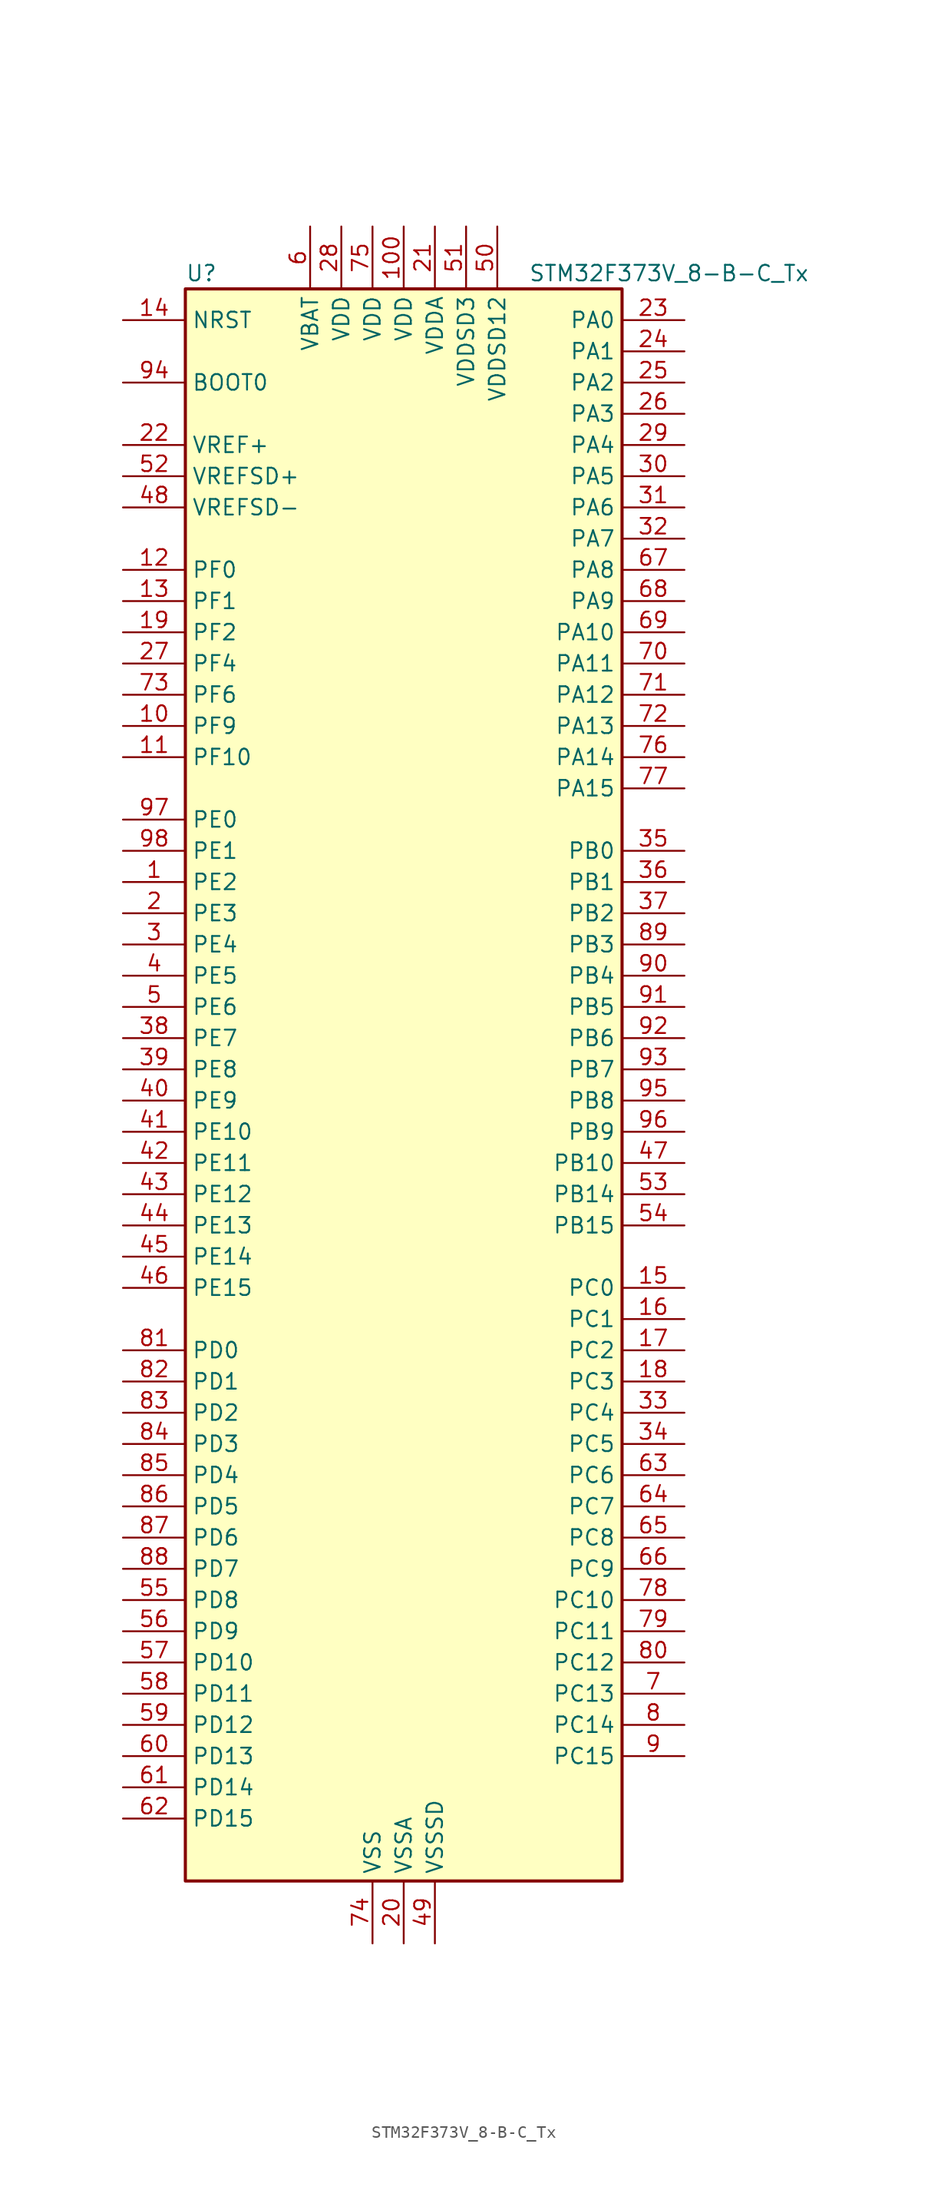
<source format=kicad_sym>
(kicad_symbol_lib
  (version 20220914)
  (generator kicad_symbol_editor)
  (symbol "STM32F373V_8-B-C_Tx"
    (property "Reference" "U"
      (at -17.78 67.31 0)
      (effects (font (size 1.27 1.27)) (justify left)))
    (property "Value" "STM32F373V_8-B-C_Tx"
      (at 10.16 67.31 0)
      (effects (font (size 1.27 1.27)) (justify left)))
    (property "ki_locked" ""
      (at 0 0 0)
      (effects (font (size 1.27 1.27))))
    (symbol "STM32F373V_8-B-C_Tx_0_1"
      (rectangle (start -17.78 -63.5) (end 17.78 66.04) (stroke (width 0.254) (type default)) (fill (type background))))
    (symbol "STM32F373V_8-B-C_Tx_1_1"
      (pin bidirectional line (at -22.86 17.78 0) (length 5.08) (name "PE2" (effects (font (size 1.27 1.27)))) (number "1" (effects (font (size 1.27 1.27)))) (alternate "SYS_TRACECK" bidirectional line) (alternate "TSC_G7_IO1" bidirectional line))
      (pin bidirectional line (at -22.86 30.48 0) (length 5.08) (name "PF9" (effects (font (size 1.27 1.27)))) (number "10" (effects (font (size 1.27 1.27)))) (alternate "DAC1_EXTI9" bidirectional line) (alternate "DAC2_EXTI9" bidirectional line) (alternate "TIM14_CH1" bidirectional line))
      (pin power_in line (at 0 71.12 270) (length 5.08) (name "VDD" (effects (font (size 1.27 1.27)))) (number "100" (effects (font (size 1.27 1.27)))))
      (pin bidirectional line (at -22.86 27.94 0) (length 5.08) (name "PF10" (effects (font (size 1.27 1.27)))) (number "11" (effects (font (size 1.27 1.27)))))
      (pin bidirectional line (at -22.86 43.18 0) (length 5.08) (name "PF0" (effects (font (size 1.27 1.27)))) (number "12" (effects (font (size 1.27 1.27)))) (alternate "I2C2_SDA" bidirectional line) (alternate "RCC_OSC_IN" bidirectional line))
      (pin bidirectional line (at -22.86 40.64 0) (length 5.08) (name "PF1" (effects (font (size 1.27 1.27)))) (number "13" (effects (font (size 1.27 1.27)))) (alternate "I2C2_SCL" bidirectional line) (alternate "RCC_OSC_OUT" bidirectional line))
      (pin input line (at -22.86 63.5 0) (length 5.08) (name "NRST" (effects (font (size 1.27 1.27)))) (number "14" (effects (font (size 1.27 1.27)))))
      (pin bidirectional line (at 22.86 -15.24 180) (length 5.08) (name "PC0" (effects (font (size 1.27 1.27)))) (number "15" (effects (font (size 1.27 1.27)))) (alternate "ADC1_IN10" bidirectional line) (alternate "TIM5_CH1" bidirectional line) (alternate "TIM5_ETR" bidirectional line))
      (pin bidirectional line (at 22.86 -17.78 180) (length 5.08) (name "PC1" (effects (font (size 1.27 1.27)))) (number "16" (effects (font (size 1.27 1.27)))) (alternate "ADC1_IN11" bidirectional line) (alternate "TIM5_CH2" bidirectional line))
      (pin bidirectional line (at 22.86 -20.32 180) (length 5.08) (name "PC2" (effects (font (size 1.27 1.27)))) (number "17" (effects (font (size 1.27 1.27)))) (alternate "ADC1_IN12" bidirectional line) (alternate "I2S2_MCK" bidirectional line) (alternate "SPI2_MISO" bidirectional line) (alternate "TIM5_CH3" bidirectional line))
      (pin bidirectional line (at 22.86 -22.86 180) (length 5.08) (name "PC3" (effects (font (size 1.27 1.27)))) (number "18" (effects (font (size 1.27 1.27)))) (alternate "ADC1_IN13" bidirectional line) (alternate "I2S2_SD" bidirectional line) (alternate "SPI2_MOSI" bidirectional line) (alternate "TIM5_CH4" bidirectional line))
      (pin bidirectional line (at -22.86 38.1 0) (length 5.08) (name "PF2" (effects (font (size 1.27 1.27)))) (number "19" (effects (font (size 1.27 1.27)))) (alternate "I2C2_SMBA" bidirectional line))
      (pin bidirectional line (at -22.86 15.24 0) (length 5.08) (name "PE3" (effects (font (size 1.27 1.27)))) (number "2" (effects (font (size 1.27 1.27)))) (alternate "SYS_TRACED0" bidirectional line) (alternate "TSC_G7_IO2" bidirectional line))
      (pin power_in line (at 0 -68.58 90) (length 5.08) (name "VSSA" (effects (font (size 1.27 1.27)))) (number "20" (effects (font (size 1.27 1.27)))))
      (pin power_in line (at 2.54 71.12 270) (length 5.08) (name "VDDA" (effects (font (size 1.27 1.27)))) (number "21" (effects (font (size 1.27 1.27)))))
      (pin input line (at -22.86 53.34 0) (length 5.08) (name "VREF+" (effects (font (size 1.27 1.27)))) (number "22" (effects (font (size 1.27 1.27)))))
      (pin bidirectional line (at 22.86 63.5 180) (length 5.08) (name "PA0" (effects (font (size 1.27 1.27)))) (number "23" (effects (font (size 1.27 1.27)))) (alternate "ADC1_IN0" bidirectional line) (alternate "COMP1_INM" bidirectional line) (alternate "COMP1_OUT" bidirectional line) (alternate "RTC_TAMP2" bidirectional line) (alternate "SYS_WKUP1" bidirectional line) (alternate "TIM19_CH1" bidirectional line) (alternate "TIM2_CH1" bidirectional line) (alternate "TIM2_ETR" bidirectional line) (alternate "TIM5_CH1" bidirectional line) (alternate "TIM5_ETR" bidirectional line) (alternate "TSC_G1_IO1" bidirectional line) (alternate "USART2_CTS" bidirectional line))
      (pin bidirectional line (at 22.86 60.96 180) (length 5.08) (name "PA1" (effects (font (size 1.27 1.27)))) (number "24" (effects (font (size 1.27 1.27)))) (alternate "ADC1_IN1" bidirectional line) (alternate "COMP1_INP" bidirectional line) (alternate "I2S3_CK" bidirectional line) (alternate "RTC_REFIN" bidirectional line) (alternate "SPI3_SCK" bidirectional line) (alternate "TIM15_CH1N" bidirectional line) (alternate "TIM19_CH2" bidirectional line) (alternate "TIM2_CH2" bidirectional line) (alternate "TIM5_CH2" bidirectional line) (alternate "TSC_G1_IO2" bidirectional line) (alternate "USART2_DE" bidirectional line) (alternate "USART2_RTS" bidirectional line))
      (pin bidirectional line (at 22.86 58.42 180) (length 5.08) (name "PA2" (effects (font (size 1.27 1.27)))) (number "25" (effects (font (size 1.27 1.27)))) (alternate "ADC1_IN2" bidirectional line) (alternate "COMP2_INM" bidirectional line) (alternate "COMP2_OUT" bidirectional line) (alternate "I2S3_MCK" bidirectional line) (alternate "SPI3_MISO" bidirectional line) (alternate "TIM15_CH1" bidirectional line) (alternate "TIM19_CH3" bidirectional line) (alternate "TIM2_CH3" bidirectional line) (alternate "TIM5_CH3" bidirectional line) (alternate "TSC_G1_IO3" bidirectional line) (alternate "USART2_TX" bidirectional line))
      (pin bidirectional line (at 22.86 55.88 180) (length 5.08) (name "PA3" (effects (font (size 1.27 1.27)))) (number "26" (effects (font (size 1.27 1.27)))) (alternate "ADC1_IN3" bidirectional line) (alternate "COMP2_INP" bidirectional line) (alternate "I2S3_SD" bidirectional line) (alternate "SPI3_MOSI" bidirectional line) (alternate "TIM15_CH2" bidirectional line) (alternate "TIM19_CH4" bidirectional line) (alternate "TIM2_CH4" bidirectional line) (alternate "TIM5_CH4" bidirectional line) (alternate "TSC_G1_IO4" bidirectional line) (alternate "USART2_RX" bidirectional line))
      (pin bidirectional line (at -22.86 35.56 0) (length 5.08) (name "PF4" (effects (font (size 1.27 1.27)))) (number "27" (effects (font (size 1.27 1.27)))))
      (pin power_in line (at -5.08 71.12 270) (length 5.08) (name "VDD" (effects (font (size 1.27 1.27)))) (number "28" (effects (font (size 1.27 1.27)))))
      (pin bidirectional line (at 22.86 53.34 180) (length 5.08) (name "PA4" (effects (font (size 1.27 1.27)))) (number "29" (effects (font (size 1.27 1.27)))) (alternate "ADC1_IN4" bidirectional line) (alternate "DAC1_OUT1" bidirectional line) (alternate "I2S1_WS" bidirectional line) (alternate "I2S3_WS" bidirectional line) (alternate "SPI1_NSS" bidirectional line) (alternate "SPI3_NSS" bidirectional line) (alternate "TIM12_CH1" bidirectional line) (alternate "TIM3_CH2" bidirectional line) (alternate "TSC_G2_IO1" bidirectional line) (alternate "USART2_CK" bidirectional line))
      (pin bidirectional line (at -22.86 12.7 0) (length 5.08) (name "PE4" (effects (font (size 1.27 1.27)))) (number "3" (effects (font (size 1.27 1.27)))) (alternate "SYS_TRACED1" bidirectional line) (alternate "TSC_G7_IO3" bidirectional line))
      (pin bidirectional line (at 22.86 50.8 180) (length 5.08) (name "PA5" (effects (font (size 1.27 1.27)))) (number "30" (effects (font (size 1.27 1.27)))) (alternate "ADC1_IN5" bidirectional line) (alternate "CEC" bidirectional line) (alternate "DAC1_OUT2" bidirectional line) (alternate "I2S1_CK" bidirectional line) (alternate "SPI1_SCK" bidirectional line) (alternate "TIM12_CH2" bidirectional line) (alternate "TIM14_CH1" bidirectional line) (alternate "TIM2_CH1" bidirectional line) (alternate "TIM2_ETR" bidirectional line) (alternate "TSC_G2_IO2" bidirectional line))
      (pin bidirectional line (at 22.86 48.26 180) (length 5.08) (name "PA6" (effects (font (size 1.27 1.27)))) (number "31" (effects (font (size 1.27 1.27)))) (alternate "ADC1_IN6" bidirectional line) (alternate "COMP1_OUT" bidirectional line) (alternate "DAC2_OUT1" bidirectional line) (alternate "I2S1_MCK" bidirectional line) (alternate "SPI1_MISO" bidirectional line) (alternate "TIM13_CH1" bidirectional line) (alternate "TIM16_CH1" bidirectional line) (alternate "TIM3_CH1" bidirectional line) (alternate "TSC_G2_IO3" bidirectional line))
      (pin bidirectional line (at 22.86 45.72 180) (length 5.08) (name "PA7" (effects (font (size 1.27 1.27)))) (number "32" (effects (font (size 1.27 1.27)))) (alternate "ADC1_IN7" bidirectional line) (alternate "COMP2_OUT" bidirectional line) (alternate "I2S1_SD" bidirectional line) (alternate "SPI1_MOSI" bidirectional line) (alternate "TIM14_CH1" bidirectional line) (alternate "TIM17_CH1" bidirectional line) (alternate "TIM3_CH2" bidirectional line) (alternate "TSC_G2_IO4" bidirectional line))
      (pin bidirectional line (at 22.86 -25.4 180) (length 5.08) (name "PC4" (effects (font (size 1.27 1.27)))) (number "33" (effects (font (size 1.27 1.27)))) (alternate "ADC1_IN14" bidirectional line) (alternate "TIM13_CH1" bidirectional line) (alternate "TSC_G3_IO1" bidirectional line) (alternate "USART1_TX" bidirectional line))
      (pin bidirectional line (at 22.86 -27.94 180) (length 5.08) (name "PC5" (effects (font (size 1.27 1.27)))) (number "34" (effects (font (size 1.27 1.27)))) (alternate "ADC1_IN15" bidirectional line) (alternate "TSC_G3_IO2" bidirectional line) (alternate "USART1_RX" bidirectional line))
      (pin bidirectional line (at 22.86 20.32 180) (length 5.08) (name "PB0" (effects (font (size 1.27 1.27)))) (number "35" (effects (font (size 1.27 1.27)))) (alternate "ADC1_IN8" bidirectional line) (alternate "I2S1_SD" bidirectional line) (alternate "SDADC1_AIN6P" bidirectional line) (alternate "SPI1_MOSI" bidirectional line) (alternate "TIM3_CH2" bidirectional line) (alternate "TIM3_CH3" bidirectional line) (alternate "TSC_G3_IO3" bidirectional line))
      (pin bidirectional line (at 22.86 17.78 180) (length 5.08) (name "PB1" (effects (font (size 1.27 1.27)))) (number "36" (effects (font (size 1.27 1.27)))) (alternate "ADC1_IN9" bidirectional line) (alternate "SDADC1_AIN5P" bidirectional line) (alternate "SDADC1_AIN6M" bidirectional line) (alternate "TIM3_CH4" bidirectional line) (alternate "TSC_G3_IO4" bidirectional line))
      (pin bidirectional line (at 22.86 15.24 180) (length 5.08) (name "PB2" (effects (font (size 1.27 1.27)))) (number "37" (effects (font (size 1.27 1.27)))) (alternate "SDADC1_AIN4P" bidirectional line) (alternate "SDADC2_AIN6P" bidirectional line))
      (pin bidirectional line (at -22.86 5.08 0) (length 5.08) (name "PE7" (effects (font (size 1.27 1.27)))) (number "38" (effects (font (size 1.27 1.27)))) (alternate "SDADC1_AIN3P" bidirectional line) (alternate "SDADC1_AIN4M" bidirectional line) (alternate "SDADC2_AIN5P" bidirectional line) (alternate "SDADC2_AIN6M" bidirectional line))
      (pin bidirectional line (at -22.86 2.54 0) (length 5.08) (name "PE8" (effects (font (size 1.27 1.27)))) (number "39" (effects (font (size 1.27 1.27)))) (alternate "SDADC1_AIN8P" bidirectional line) (alternate "SDADC2_AIN8P" bidirectional line))
      (pin bidirectional line (at -22.86 10.16 0) (length 5.08) (name "PE5" (effects (font (size 1.27 1.27)))) (number "4" (effects (font (size 1.27 1.27)))) (alternate "SYS_TRACED2" bidirectional line) (alternate "TSC_G7_IO4" bidirectional line))
      (pin bidirectional line (at -22.86 0 0) (length 5.08) (name "PE9" (effects (font (size 1.27 1.27)))) (number "40" (effects (font (size 1.27 1.27)))) (alternate "DAC1_EXTI9" bidirectional line) (alternate "DAC2_EXTI9" bidirectional line) (alternate "SDADC1_AIN7P" bidirectional line) (alternate "SDADC1_AIN8M" bidirectional line) (alternate "SDADC2_AIN7P" bidirectional line) (alternate "SDADC2_AIN8M" bidirectional line))
      (pin bidirectional line (at -22.86 -2.54 0) (length 5.08) (name "PE10" (effects (font (size 1.27 1.27)))) (number "41" (effects (font (size 1.27 1.27)))) (alternate "SDADC1_AIN2P" bidirectional line))
      (pin bidirectional line (at -22.86 -5.08 0) (length 5.08) (name "PE11" (effects (font (size 1.27 1.27)))) (number "42" (effects (font (size 1.27 1.27)))) (alternate "ADC1_EXTI11" bidirectional line) (alternate "SDADC1_AIN1P" bidirectional line) (alternate "SDADC1_AIN2M" bidirectional line) (alternate "SDADC1_EXTI11" bidirectional line) (alternate "SDADC2_AIN4P" bidirectional line) (alternate "SDADC2_EXTI11" bidirectional line) (alternate "SDADC3_EXTI11" bidirectional line))
      (pin bidirectional line (at -22.86 -7.62 0) (length 5.08) (name "PE12" (effects (font (size 1.27 1.27)))) (number "43" (effects (font (size 1.27 1.27)))) (alternate "SDADC1_AIN0P" bidirectional line) (alternate "SDADC2_AIN3P" bidirectional line) (alternate "SDADC2_AIN4M" bidirectional line))
      (pin bidirectional line (at -22.86 -10.16 0) (length 5.08) (name "PE13" (effects (font (size 1.27 1.27)))) (number "44" (effects (font (size 1.27 1.27)))) (alternate "SDADC1_AIN0M" bidirectional line) (alternate "SDADC2_AIN2P" bidirectional line))
      (pin bidirectional line (at -22.86 -12.7 0) (length 5.08) (name "PE14" (effects (font (size 1.27 1.27)))) (number "45" (effects (font (size 1.27 1.27)))) (alternate "SDADC2_AIN1P" bidirectional line) (alternate "SDADC2_AIN2M" bidirectional line))
      (pin bidirectional line (at -22.86 -15.24 0) (length 5.08) (name "PE15" (effects (font (size 1.27 1.27)))) (number "46" (effects (font (size 1.27 1.27)))) (alternate "ADC1_EXTI15" bidirectional line) (alternate "SDADC1_EXTI15" bidirectional line) (alternate "SDADC2_AIN0P" bidirectional line) (alternate "SDADC2_EXTI15" bidirectional line) (alternate "SDADC3_EXTI15" bidirectional line) (alternate "USART3_RX" bidirectional line))
      (pin bidirectional line (at 22.86 -5.08 180) (length 5.08) (name "PB10" (effects (font (size 1.27 1.27)))) (number "47" (effects (font (size 1.27 1.27)))) (alternate "CEC" bidirectional line) (alternate "I2S2_CK" bidirectional line) (alternate "SDADC2_AIN0M" bidirectional line) (alternate "SPI2_SCK" bidirectional line) (alternate "TIM2_CH3" bidirectional line) (alternate "TSC_SYNC" bidirectional line) (alternate "USART3_TX" bidirectional line))
      (pin input line (at -22.86 48.26 0) (length 5.08) (name "VREFSD-" (effects (font (size 1.27 1.27)))) (number "48" (effects (font (size 1.27 1.27)))))
      (pin power_in line (at 2.54 -68.58 90) (length 5.08) (name "VSSSD" (effects (font (size 1.27 1.27)))) (number "49" (effects (font (size 1.27 1.27)))))
      (pin bidirectional line (at -22.86 7.62 0) (length 5.08) (name "PE6" (effects (font (size 1.27 1.27)))) (number "5" (effects (font (size 1.27 1.27)))) (alternate "RTC_TAMP3" bidirectional line) (alternate "SYS_TRACED3" bidirectional line) (alternate "SYS_WKUP3" bidirectional line))
      (pin power_in line (at 7.62 71.12 270) (length 5.08) (name "VDDSD12" (effects (font (size 1.27 1.27)))) (number "50" (effects (font (size 1.27 1.27)))))
      (pin power_in line (at 5.08 71.12 270) (length 5.08) (name "VDDSD3" (effects (font (size 1.27 1.27)))) (number "51" (effects (font (size 1.27 1.27)))))
      (pin input line (at -22.86 50.8 0) (length 5.08) (name "VREFSD+" (effects (font (size 1.27 1.27)))) (number "52" (effects (font (size 1.27 1.27)))))
      (pin bidirectional line (at 22.86 -7.62 180) (length 5.08) (name "PB14" (effects (font (size 1.27 1.27)))) (number "53" (effects (font (size 1.27 1.27)))) (alternate "I2S2_MCK" bidirectional line) (alternate "SDADC3_AIN8P" bidirectional line) (alternate "SPI2_MISO" bidirectional line) (alternate "TIM12_CH1" bidirectional line) (alternate "TIM15_CH1" bidirectional line) (alternate "TSC_G6_IO1" bidirectional line) (alternate "USART3_DE" bidirectional line) (alternate "USART3_RTS" bidirectional line))
      (pin bidirectional line (at 22.86 -10.16 180) (length 5.08) (name "PB15" (effects (font (size 1.27 1.27)))) (number "54" (effects (font (size 1.27 1.27)))) (alternate "ADC1_EXTI15" bidirectional line) (alternate "I2S2_SD" bidirectional line) (alternate "RTC_REFIN" bidirectional line) (alternate "SDADC1_EXTI15" bidirectional line) (alternate "SDADC2_EXTI15" bidirectional line) (alternate "SDADC3_AIN7P" bidirectional line) (alternate "SDADC3_AIN8M" bidirectional line) (alternate "SDADC3_EXTI15" bidirectional line) (alternate "SPI2_MOSI" bidirectional line) (alternate "TIM12_CH2" bidirectional line) (alternate "TIM15_CH1N" bidirectional line) (alternate "TIM15_CH2" bidirectional line) (alternate "TSC_G6_IO2" bidirectional line))
      (pin bidirectional line (at -22.86 -40.64 0) (length 5.08) (name "PD8" (effects (font (size 1.27 1.27)))) (number "55" (effects (font (size 1.27 1.27)))) (alternate "I2S2_CK" bidirectional line) (alternate "SDADC3_AIN6P" bidirectional line) (alternate "SPI2_SCK" bidirectional line) (alternate "TSC_G6_IO3" bidirectional line) (alternate "USART3_TX" bidirectional line))
      (pin bidirectional line (at -22.86 -43.18 0) (length 5.08) (name "PD9" (effects (font (size 1.27 1.27)))) (number "56" (effects (font (size 1.27 1.27)))) (alternate "DAC1_EXTI9" bidirectional line) (alternate "DAC2_EXTI9" bidirectional line) (alternate "SDADC3_AIN5P" bidirectional line) (alternate "SDADC3_AIN6M" bidirectional line) (alternate "TSC_G6_IO4" bidirectional line) (alternate "USART3_RX" bidirectional line))
      (pin bidirectional line (at -22.86 -45.72 0) (length 5.08) (name "PD10" (effects (font (size 1.27 1.27)))) (number "57" (effects (font (size 1.27 1.27)))) (alternate "SDADC3_AIN4P" bidirectional line) (alternate "USART3_CK" bidirectional line))
      (pin bidirectional line (at -22.86 -48.26 0) (length 5.08) (name "PD11" (effects (font (size 1.27 1.27)))) (number "58" (effects (font (size 1.27 1.27)))) (alternate "ADC1_EXTI11" bidirectional line) (alternate "SDADC1_EXTI11" bidirectional line) (alternate "SDADC2_EXTI11" bidirectional line) (alternate "SDADC3_AIN3P" bidirectional line) (alternate "SDADC3_AIN4M" bidirectional line) (alternate "SDADC3_EXTI11" bidirectional line) (alternate "USART3_CTS" bidirectional line))
      (pin bidirectional line (at -22.86 -50.8 0) (length 5.08) (name "PD12" (effects (font (size 1.27 1.27)))) (number "59" (effects (font (size 1.27 1.27)))) (alternate "SDADC3_AIN2P" bidirectional line) (alternate "TIM4_CH1" bidirectional line) (alternate "TSC_G8_IO1" bidirectional line) (alternate "USART3_DE" bidirectional line) (alternate "USART3_RTS" bidirectional line))
      (pin power_in line (at -7.62 71.12 270) (length 5.08) (name "VBAT" (effects (font (size 1.27 1.27)))) (number "6" (effects (font (size 1.27 1.27)))))
      (pin bidirectional line (at -22.86 -53.34 0) (length 5.08) (name "PD13" (effects (font (size 1.27 1.27)))) (number "60" (effects (font (size 1.27 1.27)))) (alternate "SDADC3_AIN1P" bidirectional line) (alternate "SDADC3_AIN2M" bidirectional line) (alternate "TIM4_CH2" bidirectional line) (alternate "TSC_G8_IO2" bidirectional line))
      (pin bidirectional line (at -22.86 -55.88 0) (length 5.08) (name "PD14" (effects (font (size 1.27 1.27)))) (number "61" (effects (font (size 1.27 1.27)))) (alternate "SDADC3_AIN0P" bidirectional line) (alternate "TIM4_CH3" bidirectional line) (alternate "TSC_G8_IO3" bidirectional line))
      (pin bidirectional line (at -22.86 -58.42 0) (length 5.08) (name "PD15" (effects (font (size 1.27 1.27)))) (number "62" (effects (font (size 1.27 1.27)))) (alternate "ADC1_EXTI15" bidirectional line) (alternate "SDADC1_EXTI15" bidirectional line) (alternate "SDADC2_EXTI15" bidirectional line) (alternate "SDADC3_AIN0M" bidirectional line) (alternate "SDADC3_EXTI15" bidirectional line) (alternate "TIM4_CH4" bidirectional line) (alternate "TSC_G8_IO4" bidirectional line))
      (pin bidirectional line (at 22.86 -30.48 180) (length 5.08) (name "PC6" (effects (font (size 1.27 1.27)))) (number "63" (effects (font (size 1.27 1.27)))) (alternate "I2S1_WS" bidirectional line) (alternate "SPI1_NSS" bidirectional line) (alternate "TIM3_CH1" bidirectional line))
      (pin bidirectional line (at 22.86 -33.02 180) (length 5.08) (name "PC7" (effects (font (size 1.27 1.27)))) (number "64" (effects (font (size 1.27 1.27)))) (alternate "I2S1_CK" bidirectional line) (alternate "SPI1_SCK" bidirectional line) (alternate "TIM3_CH2" bidirectional line))
      (pin bidirectional line (at 22.86 -35.56 180) (length 5.08) (name "PC8" (effects (font (size 1.27 1.27)))) (number "65" (effects (font (size 1.27 1.27)))) (alternate "I2S1_MCK" bidirectional line) (alternate "SPI1_MISO" bidirectional line) (alternate "TIM3_CH3" bidirectional line))
      (pin bidirectional line (at 22.86 -38.1 180) (length 5.08) (name "PC9" (effects (font (size 1.27 1.27)))) (number "66" (effects (font (size 1.27 1.27)))) (alternate "DAC1_EXTI9" bidirectional line) (alternate "DAC2_EXTI9" bidirectional line) (alternate "I2S1_SD" bidirectional line) (alternate "SPI1_MOSI" bidirectional line) (alternate "TIM3_CH4" bidirectional line))
      (pin bidirectional line (at 22.86 43.18 180) (length 5.08) (name "PA8" (effects (font (size 1.27 1.27)))) (number "67" (effects (font (size 1.27 1.27)))) (alternate "I2C2_SMBA" bidirectional line) (alternate "I2S2_CK" bidirectional line) (alternate "RCC_MCO" bidirectional line) (alternate "SPI2_SCK" bidirectional line) (alternate "TIM4_ETR" bidirectional line) (alternate "TIM5_CH1" bidirectional line) (alternate "TIM5_ETR" bidirectional line) (alternate "USART1_CK" bidirectional line))
      (pin bidirectional line (at 22.86 40.64 180) (length 5.08) (name "PA9" (effects (font (size 1.27 1.27)))) (number "68" (effects (font (size 1.27 1.27)))) (alternate "DAC1_EXTI9" bidirectional line) (alternate "DAC2_EXTI9" bidirectional line) (alternate "I2C2_SCL" bidirectional line) (alternate "I2S2_MCK" bidirectional line) (alternate "SPI2_MISO" bidirectional line) (alternate "TIM13_CH1" bidirectional line) (alternate "TIM15_BKIN" bidirectional line) (alternate "TIM2_CH3" bidirectional line) (alternate "TSC_G4_IO1" bidirectional line) (alternate "USART1_TX" bidirectional line))
      (pin bidirectional line (at 22.86 38.1 180) (length 5.08) (name "PA10" (effects (font (size 1.27 1.27)))) (number "69" (effects (font (size 1.27 1.27)))) (alternate "I2C2_SDA" bidirectional line) (alternate "I2S2_SD" bidirectional line) (alternate "SPI2_MOSI" bidirectional line) (alternate "TIM14_CH1" bidirectional line) (alternate "TIM17_BKIN" bidirectional line) (alternate "TIM2_CH4" bidirectional line) (alternate "TSC_G4_IO2" bidirectional line) (alternate "USART1_RX" bidirectional line))
      (pin bidirectional line (at 22.86 -48.26 180) (length 5.08) (name "PC13" (effects (font (size 1.27 1.27)))) (number "7" (effects (font (size 1.27 1.27)))) (alternate "RTC_OUT_ALARM" bidirectional line) (alternate "RTC_OUT_CALIB" bidirectional line) (alternate "RTC_TAMP1" bidirectional line) (alternate "RTC_TS" bidirectional line) (alternate "SYS_WKUP2" bidirectional line))
      (pin bidirectional line (at 22.86 35.56 180) (length 5.08) (name "PA11" (effects (font (size 1.27 1.27)))) (number "70" (effects (font (size 1.27 1.27)))) (alternate "ADC1_EXTI11" bidirectional line) (alternate "CAN_RX" bidirectional line) (alternate "COMP1_OUT" bidirectional line) (alternate "I2S1_WS" bidirectional line) (alternate "I2S2_WS" bidirectional line) (alternate "SDADC1_EXTI11" bidirectional line) (alternate "SDADC2_EXTI11" bidirectional line) (alternate "SDADC3_EXTI11" bidirectional line) (alternate "SPI1_NSS" bidirectional line) (alternate "SPI2_NSS" bidirectional line) (alternate "TIM4_CH1" bidirectional line) (alternate "TIM5_CH2" bidirectional line) (alternate "USART1_CTS" bidirectional line) (alternate "USB_DM" bidirectional line))
      (pin bidirectional line (at 22.86 33.02 180) (length 5.08) (name "PA12" (effects (font (size 1.27 1.27)))) (number "71" (effects (font (size 1.27 1.27)))) (alternate "CAN_TX" bidirectional line) (alternate "COMP2_OUT" bidirectional line) (alternate "I2S1_CK" bidirectional line) (alternate "SPI1_SCK" bidirectional line) (alternate "TIM16_CH1" bidirectional line) (alternate "TIM4_CH2" bidirectional line) (alternate "TIM5_CH3" bidirectional line) (alternate "USART1_DE" bidirectional line) (alternate "USART1_RTS" bidirectional line) (alternate "USB_DP" bidirectional line))
      (pin bidirectional line (at 22.86 30.48 180) (length 5.08) (name "PA13" (effects (font (size 1.27 1.27)))) (number "72" (effects (font (size 1.27 1.27)))) (alternate "I2S1_MCK" bidirectional line) (alternate "IR_OUT" bidirectional line) (alternate "SPI1_MISO" bidirectional line) (alternate "SYS_JTMS-SWDIO" bidirectional line) (alternate "TIM16_CH1N" bidirectional line) (alternate "TIM4_CH3" bidirectional line) (alternate "TIM5_CH4" bidirectional line) (alternate "TSC_G4_IO3" bidirectional line) (alternate "USART3_CTS" bidirectional line))
      (pin bidirectional line (at -22.86 33.02 0) (length 5.08) (name "PF6" (effects (font (size 1.27 1.27)))) (number "73" (effects (font (size 1.27 1.27)))) (alternate "I2C2_SCL" bidirectional line) (alternate "I2S1_SD" bidirectional line) (alternate "SPI1_MOSI" bidirectional line) (alternate "TIM4_CH4" bidirectional line) (alternate "USART3_DE" bidirectional line) (alternate "USART3_RTS" bidirectional line))
      (pin power_in line (at -2.54 -68.58 90) (length 5.08) (name "VSS" (effects (font (size 1.27 1.27)))) (number "74" (effects (font (size 1.27 1.27)))))
      (pin power_in line (at -2.54 71.12 270) (length 5.08) (name "VDD" (effects (font (size 1.27 1.27)))) (number "75" (effects (font (size 1.27 1.27)))))
      (pin bidirectional line (at 22.86 27.94 180) (length 5.08) (name "PA14" (effects (font (size 1.27 1.27)))) (number "76" (effects (font (size 1.27 1.27)))) (alternate "I2C1_SDA" bidirectional line) (alternate "SYS_JTCK-SWCLK" bidirectional line) (alternate "TIM12_CH1" bidirectional line) (alternate "TSC_G4_IO4" bidirectional line))
      (pin bidirectional line (at 22.86 25.4 180) (length 5.08) (name "PA15" (effects (font (size 1.27 1.27)))) (number "77" (effects (font (size 1.27 1.27)))) (alternate "ADC1_EXTI15" bidirectional line) (alternate "I2C1_SCL" bidirectional line) (alternate "I2S1_WS" bidirectional line) (alternate "I2S3_WS" bidirectional line) (alternate "SDADC1_EXTI15" bidirectional line) (alternate "SDADC2_EXTI15" bidirectional line) (alternate "SDADC3_EXTI15" bidirectional line) (alternate "SPI1_NSS" bidirectional line) (alternate "SPI3_NSS" bidirectional line) (alternate "SYS_JTDI" bidirectional line) (alternate "TIM12_CH2" bidirectional line) (alternate "TIM2_CH1" bidirectional line) (alternate "TIM2_ETR" bidirectional line) (alternate "TSC_SYNC" bidirectional line))
      (pin bidirectional line (at 22.86 -40.64 180) (length 5.08) (name "PC10" (effects (font (size 1.27 1.27)))) (number "78" (effects (font (size 1.27 1.27)))) (alternate "I2S3_CK" bidirectional line) (alternate "SPI3_SCK" bidirectional line) (alternate "TIM19_CH1" bidirectional line) (alternate "USART3_TX" bidirectional line))
      (pin bidirectional line (at 22.86 -43.18 180) (length 5.08) (name "PC11" (effects (font (size 1.27 1.27)))) (number "79" (effects (font (size 1.27 1.27)))) (alternate "ADC1_EXTI11" bidirectional line) (alternate "I2S3_MCK" bidirectional line) (alternate "SDADC1_EXTI11" bidirectional line) (alternate "SDADC2_EXTI11" bidirectional line) (alternate "SDADC3_EXTI11" bidirectional line) (alternate "SPI3_MISO" bidirectional line) (alternate "TIM19_CH2" bidirectional line) (alternate "USART3_RX" bidirectional line))
      (pin bidirectional line (at 22.86 -50.8 180) (length 5.08) (name "PC14" (effects (font (size 1.27 1.27)))) (number "8" (effects (font (size 1.27 1.27)))) (alternate "RCC_OSC32_IN" bidirectional line))
      (pin bidirectional line (at 22.86 -45.72 180) (length 5.08) (name "PC12" (effects (font (size 1.27 1.27)))) (number "80" (effects (font (size 1.27 1.27)))) (alternate "I2S3_SD" bidirectional line) (alternate "SPI3_MOSI" bidirectional line) (alternate "TIM19_CH3" bidirectional line) (alternate "USART3_CK" bidirectional line))
      (pin bidirectional line (at -22.86 -20.32 0) (length 5.08) (name "PD0" (effects (font (size 1.27 1.27)))) (number "81" (effects (font (size 1.27 1.27)))) (alternate "CAN_RX" bidirectional line) (alternate "TIM19_CH4" bidirectional line))
      (pin bidirectional line (at -22.86 -22.86 0) (length 5.08) (name "PD1" (effects (font (size 1.27 1.27)))) (number "82" (effects (font (size 1.27 1.27)))) (alternate "CAN_TX" bidirectional line) (alternate "TIM19_ETR" bidirectional line))
      (pin bidirectional line (at -22.86 -25.4 0) (length 5.08) (name "PD2" (effects (font (size 1.27 1.27)))) (number "83" (effects (font (size 1.27 1.27)))) (alternate "TIM3_ETR" bidirectional line))
      (pin bidirectional line (at -22.86 -27.94 0) (length 5.08) (name "PD3" (effects (font (size 1.27 1.27)))) (number "84" (effects (font (size 1.27 1.27)))) (alternate "I2S2_MCK" bidirectional line) (alternate "SPI2_MISO" bidirectional line) (alternate "USART2_CTS" bidirectional line))
      (pin bidirectional line (at -22.86 -30.48 0) (length 5.08) (name "PD4" (effects (font (size 1.27 1.27)))) (number "85" (effects (font (size 1.27 1.27)))) (alternate "I2S2_SD" bidirectional line) (alternate "SPI2_MOSI" bidirectional line) (alternate "USART2_DE" bidirectional line) (alternate "USART2_RTS" bidirectional line))
      (pin bidirectional line (at -22.86 -33.02 0) (length 5.08) (name "PD5" (effects (font (size 1.27 1.27)))) (number "86" (effects (font (size 1.27 1.27)))) (alternate "USART2_TX" bidirectional line))
      (pin bidirectional line (at -22.86 -35.56 0) (length 5.08) (name "PD6" (effects (font (size 1.27 1.27)))) (number "87" (effects (font (size 1.27 1.27)))) (alternate "I2S2_WS" bidirectional line) (alternate "SPI2_NSS" bidirectional line) (alternate "USART2_RX" bidirectional line))
      (pin bidirectional line (at -22.86 -38.1 0) (length 5.08) (name "PD7" (effects (font (size 1.27 1.27)))) (number "88" (effects (font (size 1.27 1.27)))) (alternate "I2S2_CK" bidirectional line) (alternate "SPI2_SCK" bidirectional line) (alternate "USART2_CK" bidirectional line))
      (pin bidirectional line (at 22.86 12.7 180) (length 5.08) (name "PB3" (effects (font (size 1.27 1.27)))) (number "89" (effects (font (size 1.27 1.27)))) (alternate "I2S1_CK" bidirectional line) (alternate "I2S3_CK" bidirectional line) (alternate "SPI1_SCK" bidirectional line) (alternate "SPI3_SCK" bidirectional line) (alternate "SYS_JTDO-TRACESWO" bidirectional line) (alternate "TIM13_CH1" bidirectional line) (alternate "TIM2_CH2" bidirectional line) (alternate "TIM3_ETR" bidirectional line) (alternate "TIM4_ETR" bidirectional line) (alternate "TSC_G5_IO1" bidirectional line) (alternate "USART2_TX" bidirectional line))
      (pin bidirectional line (at 22.86 -53.34 180) (length 5.08) (name "PC15" (effects (font (size 1.27 1.27)))) (number "9" (effects (font (size 1.27 1.27)))) (alternate "ADC1_EXTI15" bidirectional line) (alternate "RCC_OSC32_OUT" bidirectional line) (alternate "SDADC1_EXTI15" bidirectional line) (alternate "SDADC2_EXTI15" bidirectional line) (alternate "SDADC3_EXTI15" bidirectional line))
      (pin bidirectional line (at 22.86 10.16 180) (length 5.08) (name "PB4" (effects (font (size 1.27 1.27)))) (number "90" (effects (font (size 1.27 1.27)))) (alternate "I2S1_MCK" bidirectional line) (alternate "I2S3_MCK" bidirectional line) (alternate "SPI1_MISO" bidirectional line) (alternate "SPI3_MISO" bidirectional line) (alternate "SYS_NJTRST" bidirectional line) (alternate "TIM15_CH1N" bidirectional line) (alternate "TIM16_CH1" bidirectional line) (alternate "TIM17_BKIN" bidirectional line) (alternate "TIM3_CH1" bidirectional line) (alternate "TSC_G5_IO2" bidirectional line) (alternate "USART2_RX" bidirectional line))
      (pin bidirectional line (at 22.86 7.62 180) (length 5.08) (name "PB5" (effects (font (size 1.27 1.27)))) (number "91" (effects (font (size 1.27 1.27)))) (alternate "I2C1_SMBA" bidirectional line) (alternate "I2S1_SD" bidirectional line) (alternate "I2S3_SD" bidirectional line) (alternate "SPI1_MOSI" bidirectional line) (alternate "SPI3_MOSI" bidirectional line) (alternate "TIM16_BKIN" bidirectional line) (alternate "TIM17_CH1" bidirectional line) (alternate "TIM19_ETR" bidirectional line) (alternate "TIM3_CH2" bidirectional line) (alternate "USART2_CK" bidirectional line))
      (pin bidirectional line (at 22.86 5.08 180) (length 5.08) (name "PB6" (effects (font (size 1.27 1.27)))) (number "92" (effects (font (size 1.27 1.27)))) (alternate "I2C1_SCL" bidirectional line) (alternate "TIM15_CH1" bidirectional line) (alternate "TIM16_CH1N" bidirectional line) (alternate "TIM19_CH1" bidirectional line) (alternate "TIM3_CH3" bidirectional line) (alternate "TIM4_CH1" bidirectional line) (alternate "TSC_G5_IO3" bidirectional line) (alternate "USART1_TX" bidirectional line))
      (pin bidirectional line (at 22.86 2.54 180) (length 5.08) (name "PB7" (effects (font (size 1.27 1.27)))) (number "93" (effects (font (size 1.27 1.27)))) (alternate "I2C1_SDA" bidirectional line) (alternate "TIM15_CH2" bidirectional line) (alternate "TIM17_CH1N" bidirectional line) (alternate "TIM19_CH2" bidirectional line) (alternate "TIM3_CH4" bidirectional line) (alternate "TIM4_CH2" bidirectional line) (alternate "TSC_G5_IO4" bidirectional line) (alternate "USART1_RX" bidirectional line))
      (pin input line (at -22.86 58.42 0) (length 5.08) (name "BOOT0" (effects (font (size 1.27 1.27)))) (number "94" (effects (font (size 1.27 1.27)))))
      (pin bidirectional line (at 22.86 0 180) (length 5.08) (name "PB8" (effects (font (size 1.27 1.27)))) (number "95" (effects (font (size 1.27 1.27)))) (alternate "CAN_RX" bidirectional line) (alternate "CEC" bidirectional line) (alternate "COMP1_OUT" bidirectional line) (alternate "I2C1_SCL" bidirectional line) (alternate "I2S2_CK" bidirectional line) (alternate "SPI2_SCK" bidirectional line) (alternate "TIM16_CH1" bidirectional line) (alternate "TIM19_CH3" bidirectional line) (alternate "TIM4_CH3" bidirectional line) (alternate "TSC_SYNC" bidirectional line) (alternate "USART3_TX" bidirectional line))
      (pin bidirectional line (at 22.86 -2.54 180) (length 5.08) (name "PB9" (effects (font (size 1.27 1.27)))) (number "96" (effects (font (size 1.27 1.27)))) (alternate "CAN_TX" bidirectional line) (alternate "COMP2_OUT" bidirectional line) (alternate "DAC1_EXTI9" bidirectional line) (alternate "DAC2_EXTI9" bidirectional line) (alternate "I2C1_SDA" bidirectional line) (alternate "I2S2_WS" bidirectional line) (alternate "IR_OUT" bidirectional line) (alternate "SPI2_NSS" bidirectional line) (alternate "TIM17_CH1" bidirectional line) (alternate "TIM19_CH4" bidirectional line) (alternate "TIM4_CH4" bidirectional line) (alternate "USART3_RX" bidirectional line))
      (pin bidirectional line (at -22.86 22.86 0) (length 5.08) (name "PE0" (effects (font (size 1.27 1.27)))) (number "97" (effects (font (size 1.27 1.27)))) (alternate "TIM4_ETR" bidirectional line) (alternate "USART1_TX" bidirectional line))
      (pin bidirectional line (at -22.86 20.32 0) (length 5.08) (name "PE1" (effects (font (size 1.27 1.27)))) (number "98" (effects (font (size 1.27 1.27)))) (alternate "USART1_RX" bidirectional line))
      (pin passive line (at -2.54 -68.58 90) (length 5.08) hide (name "VSS" (effects (font (size 1.27 1.27)))) (number "99" (effects (font (size 1.27 1.27))))))))
</source>
